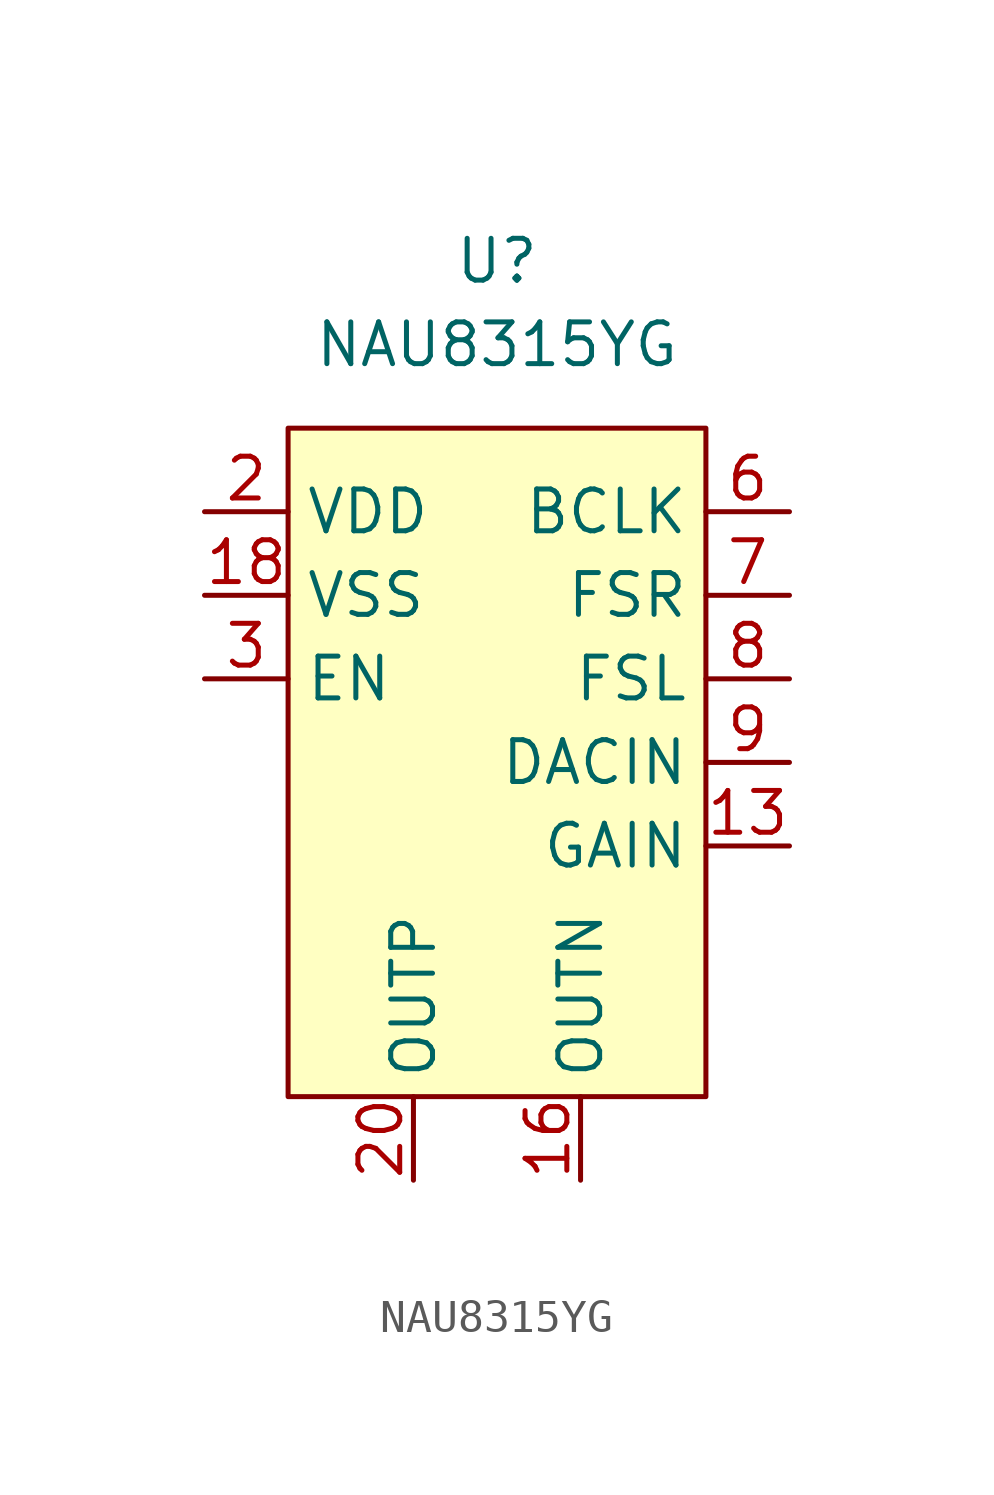
<source format=kicad_sym>
(kicad_symbol_lib
  (version 20211014)
  (generator kicad_symbol_editor)
  (symbol "NAU8315YG"
    (property "Reference" "U"
      (at 0 2.54 0)
      (effects (font (size 1.27 1.27))))
    (property "Value" "NAU8315YG"
      (at 0 0 0)
      (effects (font (size 1.27 1.27))))
    (symbol "NAU8315YG_0_1"
      (rectangle (start -6.35 -2.54) (end 6.35 -22.86) (stroke (width 0) (type default) (color 0 0 0 0)) (fill (type background))))
    (symbol "NAU8315YG_1_1"
      (pin no_connect line (at -8.89 -15.24 0) (length 2.54) hide (name "NC" (effects (font (size 1.27 1.27)))) (number "1" (effects (font (size 1.27 1.27)))))
      (pin no_connect line (at -8.89 -15.24 0) (length 2.54) hide (name "NC" (effects (font (size 1.27 1.27)))) (number "10" (effects (font (size 1.27 1.27)))))
      (pin power_in line (at -8.89 -5.08 0) (length 2.54) hide (name "VDD" (effects (font (size 1.27 1.27)))) (number "11" (effects (font (size 1.27 1.27)))))
      (pin power_in line (at -8.89 -7.62 0) (length 2.54) hide (name "VSS" (effects (font (size 1.27 1.27)))) (number "12" (effects (font (size 1.27 1.27)))))
      (pin input line (at 8.89 -15.24 180) (length 2.54) (name "GAIN" (effects (font (size 1.27 1.27)))) (number "13" (effects (font (size 1.27 1.27)))))
      (pin power_in line (at -8.89 -5.08 0) (length 2.54) hide (name "VDD" (effects (font (size 1.27 1.27)))) (number "14" (effects (font (size 1.27 1.27)))))
      (pin no_connect line (at -8.89 -15.24 0) (length 2.54) hide (name "NC" (effects (font (size 1.27 1.27)))) (number "15" (effects (font (size 1.27 1.27)))))
      (pin output line (at 2.54 -25.4 90) (length 2.54) (name "OUTN" (effects (font (size 1.27 1.27)))) (number "16" (effects (font (size 1.27 1.27)))))
      (pin power_in line (at -8.89 -7.62 0) (length 2.54) hide (name "VSS" (effects (font (size 1.27 1.27)))) (number "17" (effects (font (size 1.27 1.27)))))
      (pin power_in line (at -8.89 -7.62 0) (length 2.54) (name "VSS" (effects (font (size 1.27 1.27)))) (number "18" (effects (font (size 1.27 1.27)))))
      (pin power_in line (at -8.89 -7.62 0) (length 2.54) hide (name "VSS" (effects (font (size 1.27 1.27)))) (number "19" (effects (font (size 1.27 1.27)))))
      (pin power_in line (at -8.89 -5.08 0) (length 2.54) (name "VDD" (effects (font (size 1.27 1.27)))) (number "2" (effects (font (size 1.27 1.27)))))
      (pin output line (at -2.54 -25.4 90) (length 2.54) (name "OUTP" (effects (font (size 1.27 1.27)))) (number "20" (effects (font (size 1.27 1.27)))))
      (pin input line (at -8.89 -10.16 0) (length 2.54) (name "EN" (effects (font (size 1.27 1.27)))) (number "3" (effects (font (size 1.27 1.27)))))
      (pin power_in line (at -8.89 -7.62 0) (length 2.54) hide (name "VSS" (effects (font (size 1.27 1.27)))) (number "4" (effects (font (size 1.27 1.27)))))
      (pin no_connect line (at -8.89 -15.24 0) (length 2.54) hide (name "NC" (effects (font (size 1.27 1.27)))) (number "5" (effects (font (size 1.27 1.27)))))
      (pin input line (at 8.89 -5.08 180) (length 2.54) (name "BCLK" (effects (font (size 1.27 1.27)))) (number "6" (effects (font (size 1.27 1.27)))))
      (pin input line (at 8.89 -7.62 180) (length 2.54) (name "FSR" (effects (font (size 1.27 1.27)))) (number "7" (effects (font (size 1.27 1.27)))))
      (pin input line (at 8.89 -10.16 180) (length 2.54) (name "FSL" (effects (font (size 1.27 1.27)))) (number "8" (effects (font (size 1.27 1.27)))))
      (pin input line (at 8.89 -12.7 180) (length 2.54) (name "DACIN" (effects (font (size 1.27 1.27)))) (number "9" (effects (font (size 1.27 1.27)))))
      (pin power_in line (at -8.89 -7.62 0) (length 2.54) hide (name "VSS" (effects (font (size 1.27 1.27)))) (number "Thermal" (effects (font (size 1.27 1.27))))))))
</source>
